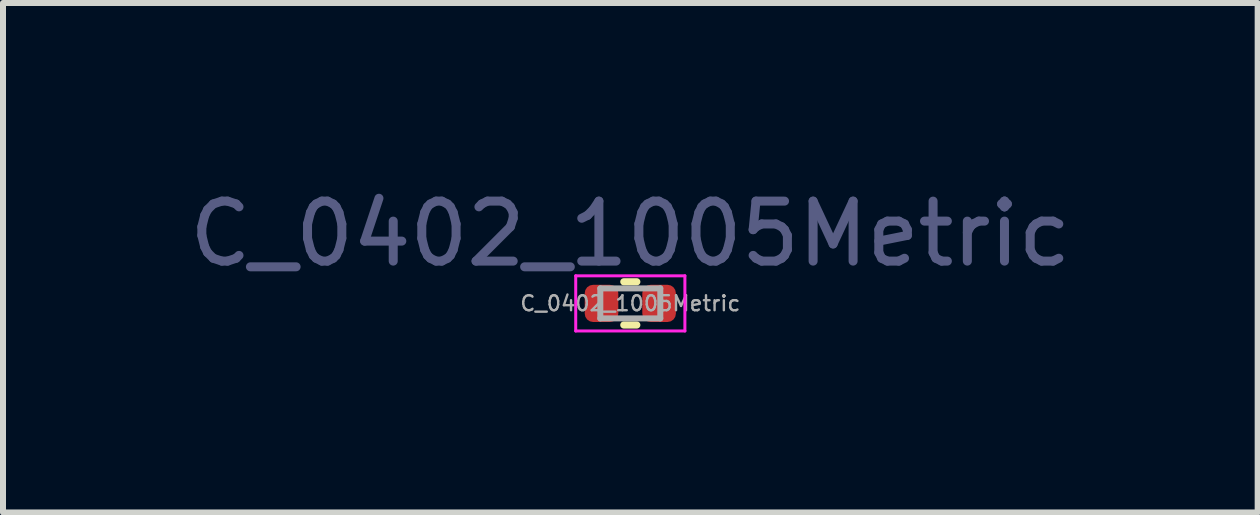
<source format=kicad_pcb>
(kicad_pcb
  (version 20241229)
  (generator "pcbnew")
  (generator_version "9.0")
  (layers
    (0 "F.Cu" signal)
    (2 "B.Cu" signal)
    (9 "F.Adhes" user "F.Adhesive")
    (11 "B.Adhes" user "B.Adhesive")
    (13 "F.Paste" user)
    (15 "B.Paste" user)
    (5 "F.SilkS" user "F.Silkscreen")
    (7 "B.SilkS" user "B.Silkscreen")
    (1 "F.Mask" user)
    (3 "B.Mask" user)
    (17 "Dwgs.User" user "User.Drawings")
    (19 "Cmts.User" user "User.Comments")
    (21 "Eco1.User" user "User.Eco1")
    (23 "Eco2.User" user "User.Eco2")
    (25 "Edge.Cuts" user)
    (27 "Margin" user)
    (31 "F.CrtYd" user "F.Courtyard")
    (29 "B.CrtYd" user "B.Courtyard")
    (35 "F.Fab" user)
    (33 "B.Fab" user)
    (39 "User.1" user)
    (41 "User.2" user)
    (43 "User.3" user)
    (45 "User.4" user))
  (footprint "C_0402_1005Metric"
    (layer "F.Cu")
    (at 7.458 2.008)
    (property "Reference" "C_0402_1005Metric" (at 0 -1.16 0) (layer "B.Fab") (effects (font (size 1 1) (thickness 0.15))))
    (attr smd)
    (fp_line (start -0.108 -0.36) (end 0.108 -0.36) (stroke (width 0.12) (type solid)) (layer "F.SilkS"))
    (fp_line (start -0.108 0.36) (end 0.108 0.36) (stroke (width 0.12) (type solid)) (layer "F.SilkS"))
    (fp_line (start -0.91 -0.46) (end 0.91 -0.46) (stroke (width 0.05) (type solid)) (layer "F.CrtYd"))
    (fp_line (start -0.91 0.46) (end -0.91 -0.46) (stroke (width 0.05) (type solid)) (layer "F.CrtYd"))
    (fp_line (start 0.91 -0.46) (end 0.91 0.46) (stroke (width 0.05) (type solid)) (layer "F.CrtYd"))
    (fp_line (start 0.91 0.46) (end -0.91 0.46) (stroke (width 0.05) (type solid)) (layer "F.CrtYd"))
    (fp_line (start -0.5 -0.25) (end 0.5 -0.25) (stroke (width 0.1) (type solid)) (layer "F.Fab"))
    (fp_line (start -0.5 0.25) (end -0.5 -0.25) (stroke (width 0.1) (type solid)) (layer "F.Fab"))
    (fp_line (start 0.5 -0.25) (end 0.5 0.25) (stroke (width 0.1) (type solid)) (layer "F.Fab"))
    (fp_line (start 0.5 0.25) (end -0.5 0.25) (stroke (width 0.1) (type solid)) (layer "F.Fab"))
    (fp_text user "${REFERENCE}" (at 0 0 0) (layer "F.Fab") (effects (font (size 0.25 0.25) (thickness 0.04))))
    (pad "1" smd roundrect (at -0.48 0) (size 0.56 0.62) (layers "F.Cu" "F.Mask" "F.Paste") (roundrect_rratio 0.25))
    (pad "2" smd roundrect (at 0.48 0) (size 0.56 0.62) (layers "F.Cu" "F.Mask" "F.Paste") (roundrect_rratio 0.25)))
  (gr_rect
    (start -3 -3)
    (end 17.917 5.493)
    (stroke (width 0.1) (type default))
    (fill no)
    (layer "Edge.Cuts")))
</source>
